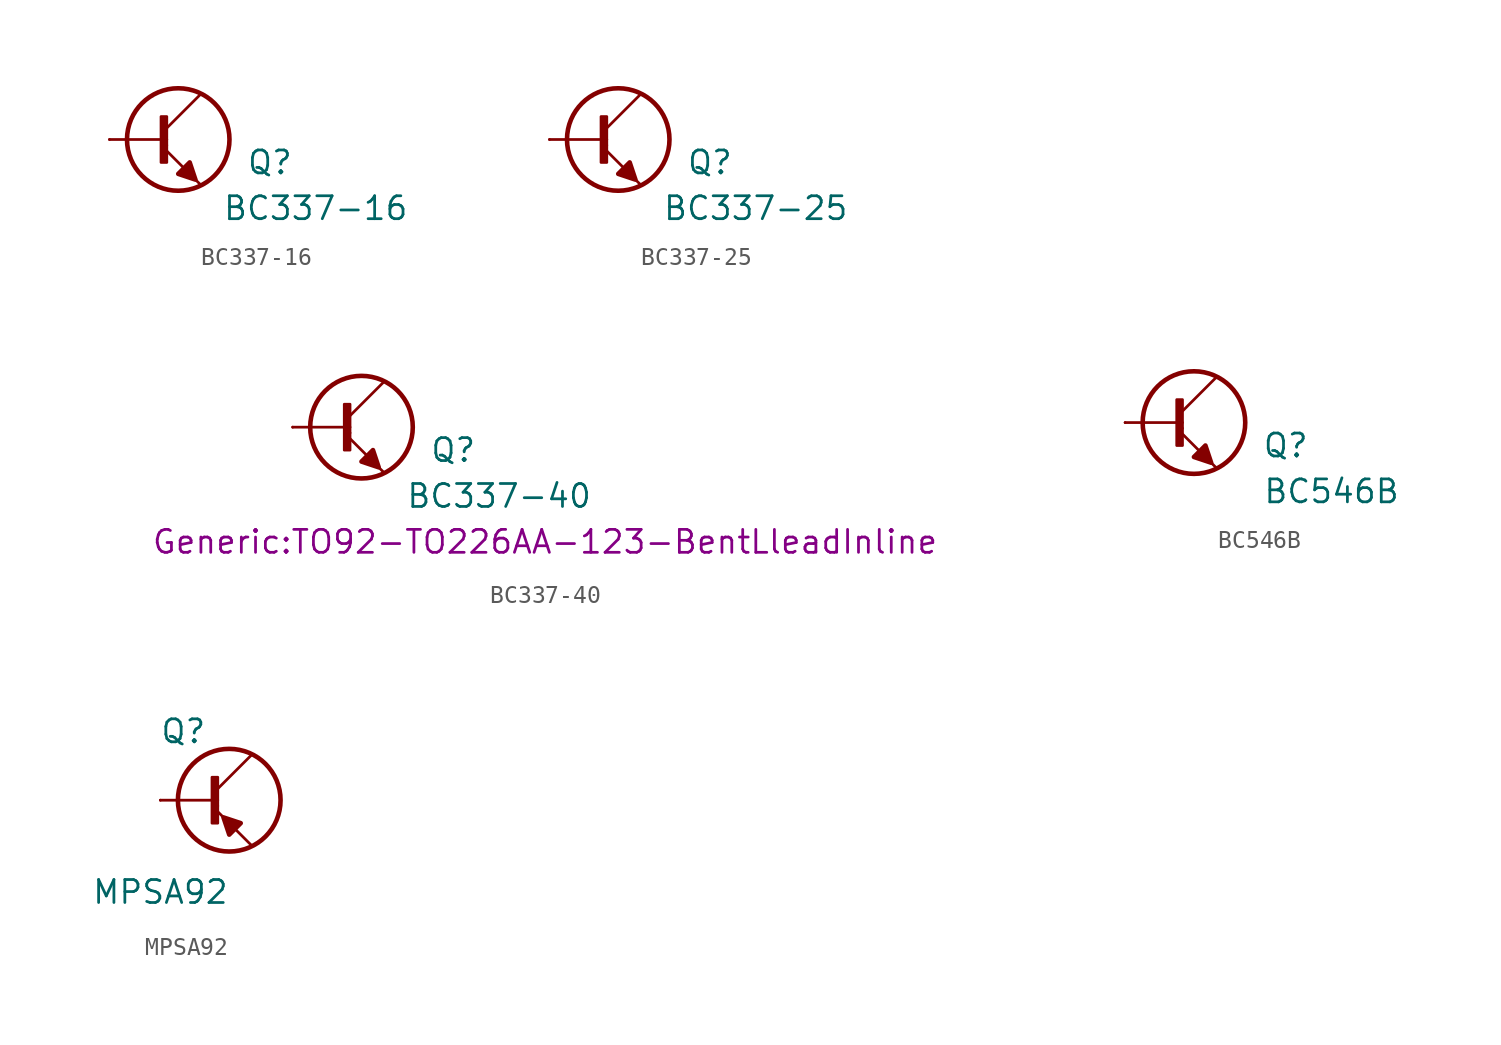
<source format=kicad_sym>
(kicad_symbol_lib
  (version 20220914)
  (generator kicad_symbol_editor)
  (symbol "BC337-16"
    (pin_numbers hide)
    (pin_names
      (offset 1.016) hide)
    (property "Reference" "Q"
      (at 5.08 -1.27 0)
      (effects (font (size 1.27 1.27))))
    (property "Value" "BC337-16"
      (at 7.62 -3.81 0)
      (effects (font (size 1.27 1.27))))
    (symbol "BC337-16_0_1"
      (rectangle (start -0.953 1.27) (end -0.635 -1.27) (stroke (width 0) (type default)) (fill (type outline)))
      (rectangle (start -0.635 -0.318) (end -0.635 -0.318) (stroke (width 0) (type default)) (fill (type none)))
      (polyline (pts (xy -3.81 0) (xy -0.635 0)) (stroke (width 0) (type default)) (fill (type none)))
      (polyline (pts (xy -0.635 -0.635) (xy 1.27 -2.54)) (stroke (width 0) (type default)) (fill (type none)))
      (polyline (pts (xy 1.27 2.54) (xy -0.635 0.635)) (stroke (width 0) (type default)) (fill (type none)))
      (polyline (pts (xy 0.953 -2.223) (xy 0.635 -1.27) (xy 0 -1.905) (xy 0.953 -2.223)) (stroke (width 0.254) (type default)) (fill (type outline))))
    (symbol "BC337-16_1_0"
      (circle (center 0 0) (radius 2.84) (stroke (width 0.254) (type solid)) (fill (type none))))
    (symbol "BC337-16_1_1"
      (pin passive line (at 1.27 2.54 180) (length 0) (name "C" (effects (font (size 1.27 1.27)))) (number "1" (effects (font (size 1.27 1.27)))))
      (pin passive line (at -3.81 0 0) (length 0) (name "B" (effects (font (size 1.27 1.27)))) (number "2" (effects (font (size 1.27 1.27)))))
      (pin passive line (at 1.27 -2.54 180) (length 0) (name "E" (effects (font (size 1.27 1.27)))) (number "3" (effects (font (size 1.27 1.27)))))))
  (symbol "BC337-25"
    (pin_numbers hide)
    (pin_names
      (offset 1.016) hide)
    (property "Reference" "Q"
      (at 5.08 -1.27 0)
      (effects (font (size 1.27 1.27))))
    (property "Value" "BC337-25"
      (at 7.62 -3.81 0)
      (effects (font (size 1.27 1.27))))
    (symbol "BC337-25_0_1"
      (rectangle (start -0.953 1.27) (end -0.635 -1.27) (stroke (width 0) (type default)) (fill (type outline)))
      (rectangle (start -0.635 -0.318) (end -0.635 -0.318) (stroke (width 0) (type default)) (fill (type none)))
      (polyline (pts (xy -3.81 0) (xy -0.635 0)) (stroke (width 0) (type default)) (fill (type none)))
      (polyline (pts (xy -0.635 -0.635) (xy 1.27 -2.54)) (stroke (width 0) (type default)) (fill (type none)))
      (polyline (pts (xy 1.27 2.54) (xy -0.635 0.635)) (stroke (width 0) (type default)) (fill (type none)))
      (polyline (pts (xy 0.953 -2.223) (xy 0.635 -1.27) (xy 0 -1.905) (xy 0.953 -2.223)) (stroke (width 0.254) (type default)) (fill (type outline))))
    (symbol "BC337-25_1_0"
      (circle (center 0 0) (radius 2.84) (stroke (width 0.254) (type solid)) (fill (type none))))
    (symbol "BC337-25_1_1"
      (pin passive line (at 1.27 2.54 180) (length 0) (name "C" (effects (font (size 1.27 1.27)))) (number "1" (effects (font (size 1.27 1.27)))))
      (pin passive line (at -3.81 0 0) (length 0) (name "B" (effects (font (size 1.27 1.27)))) (number "2" (effects (font (size 1.27 1.27)))))
      (pin passive line (at 1.27 -2.54 180) (length 0) (name "E" (effects (font (size 1.27 1.27)))) (number "3" (effects (font (size 1.27 1.27)))))))
  (symbol "BC337-40"
    (pin_numbers hide)
    (pin_names
      (offset 1.016) hide)
    (property "Reference" "Q"
      (at 5.08 -1.27 0)
      (effects (font (size 1.27 1.27))))
    (property "Value" "BC337-40"
      (at 7.62 -3.81 0)
      (effects (font (size 1.27 1.27))))
    (property "Footprint" "Generic:TO92-TO226AA-123-BentLleadInline"
      (at 10.16 -6.35 0)
      (effects (font (size 1.27 1.27))))
    (symbol "BC337-40_0_1"
      (rectangle (start -0.953 1.27) (end -0.635 -1.27) (stroke (width 0) (type default)) (fill (type outline)))
      (rectangle (start -0.635 -0.318) (end -0.635 -0.318) (stroke (width 0) (type default)) (fill (type none)))
      (polyline (pts (xy -3.81 0) (xy -0.635 0)) (stroke (width 0) (type default)) (fill (type none)))
      (polyline (pts (xy -0.635 -0.635) (xy 1.27 -2.54)) (stroke (width 0) (type default)) (fill (type none)))
      (polyline (pts (xy 1.27 2.54) (xy -0.635 0.635)) (stroke (width 0) (type default)) (fill (type none)))
      (polyline (pts (xy 0.953 -2.223) (xy 0.635 -1.27) (xy 0 -1.905) (xy 0.953 -2.223)) (stroke (width 0.254) (type default)) (fill (type outline))))
    (symbol "BC337-40_1_0"
      (circle (center 0 0) (radius 2.84) (stroke (width 0.254) (type solid)) (fill (type none))))
    (symbol "BC337-40_1_1"
      (pin passive line (at 1.27 2.54 180) (length 0) (name "C" (effects (font (size 1.27 1.27)))) (number "1" (effects (font (size 1.27 1.27)))))
      (pin passive line (at -3.81 0 0) (length 0) (name "B" (effects (font (size 1.27 1.27)))) (number "2" (effects (font (size 1.27 1.27)))))
      (pin passive line (at 1.27 -2.54 180) (length 0) (name "E" (effects (font (size 1.27 1.27)))) (number "3" (effects (font (size 1.27 1.27)))))))
  (symbol "BC546B"
    (pin_numbers hide)
    (pin_names
      (offset 1.016) hide)
    (property "Reference" "Q"
      (at 5.08 -1.27 0)
      (effects (font (size 1.27 1.27))))
    (property "Value" "BC546B"
      (at 7.62 -3.81 0)
      (effects (font (size 1.27 1.27))))
    (symbol "BC546B_0_1"
      (rectangle (start -0.953 1.27) (end -0.635 -1.27) (stroke (width 0) (type default)) (fill (type outline)))
      (rectangle (start -0.635 -0.318) (end -0.635 -0.318) (stroke (width 0) (type default)) (fill (type none)))
      (polyline (pts (xy -3.81 0) (xy -0.635 0)) (stroke (width 0) (type default)) (fill (type none)))
      (polyline (pts (xy -0.635 -0.635) (xy 1.27 -2.54)) (stroke (width 0) (type default)) (fill (type none)))
      (polyline (pts (xy 1.27 2.54) (xy -0.635 0.635)) (stroke (width 0) (type default)) (fill (type none)))
      (polyline (pts (xy 0.953 -2.223) (xy 0.635 -1.27) (xy 0 -1.905) (xy 0.953 -2.223)) (stroke (width 0.254) (type default)) (fill (type outline))))
    (symbol "BC546B_1_0"
      (circle (center 0 0) (radius 2.84) (stroke (width 0.254) (type solid)) (fill (type none))))
    (symbol "BC546B_1_1"
      (pin passive line (at 1.27 2.54 180) (length 0) (name "C" (effects (font (size 1.27 1.27)))) (number "1" (effects (font (size 1.27 1.27)))))
      (pin passive line (at -3.81 0 0) (length 0) (name "B" (effects (font (size 1.27 1.27)))) (number "2" (effects (font (size 1.27 1.27)))))
      (pin passive line (at 1.27 -2.54 180) (length 0) (name "E" (effects (font (size 1.27 1.27)))) (number "3" (effects (font (size 1.27 1.27)))))))
  (symbol "MPSA92"
    (pin_numbers hide)
    (pin_names
      (offset 1.016) hide)
    (property "Reference" "Q"
      (at -2.54 3.81 0)
      (effects (font (size 1.27 1.27))))
    (property "Value" "MPSA92"
      (at -3.81 -5.08 0)
      (effects (font (size 1.27 1.27))))
    (symbol "MPSA92_0_1"
      (rectangle (start -0.953 1.27) (end -0.635 -1.27) (stroke (width 0) (type default)) (fill (type outline)))
      (rectangle (start -0.635 -0.318) (end -0.635 -0.318) (stroke (width 0) (type default)) (fill (type none)))
      (polyline (pts (xy -3.81 0) (xy -0.635 0)) (stroke (width 0) (type default)) (fill (type none)))
      (polyline (pts (xy -0.635 -0.635) (xy 1.27 -2.54)) (stroke (width 0) (type default)) (fill (type none)))
      (polyline (pts (xy 1.27 2.54) (xy -0.635 0.635)) (stroke (width 0) (type default)) (fill (type none)))
      (polyline (pts (xy -0.318 -0.953) (xy 0 -1.905) (xy 0.635 -1.27) (xy -0.318 -0.953)) (stroke (width 0.254) (type default)) (fill (type outline))))
    (symbol "MPSA92_1_0"
      (circle (center 0 0) (radius 2.84) (stroke (width 0.254) (type solid)) (fill (type none))))
    (symbol "MPSA92_1_1"
      (pin passive line (at 1.27 -2.54 180) (length 0) (name "E" (effects (font (size 1.27 1.27)))) (number "1" (effects (font (size 1.27 1.27)))))
      (pin passive line (at -3.81 0 0) (length 0) (name "B" (effects (font (size 1.27 1.27)))) (number "2" (effects (font (size 1.27 1.27)))))
      (pin passive line (at 1.27 2.54 180) (length 0) (name "C" (effects (font (size 1.27 1.27)))) (number "3" (effects (font (size 1.27 1.27))))))))
</source>
